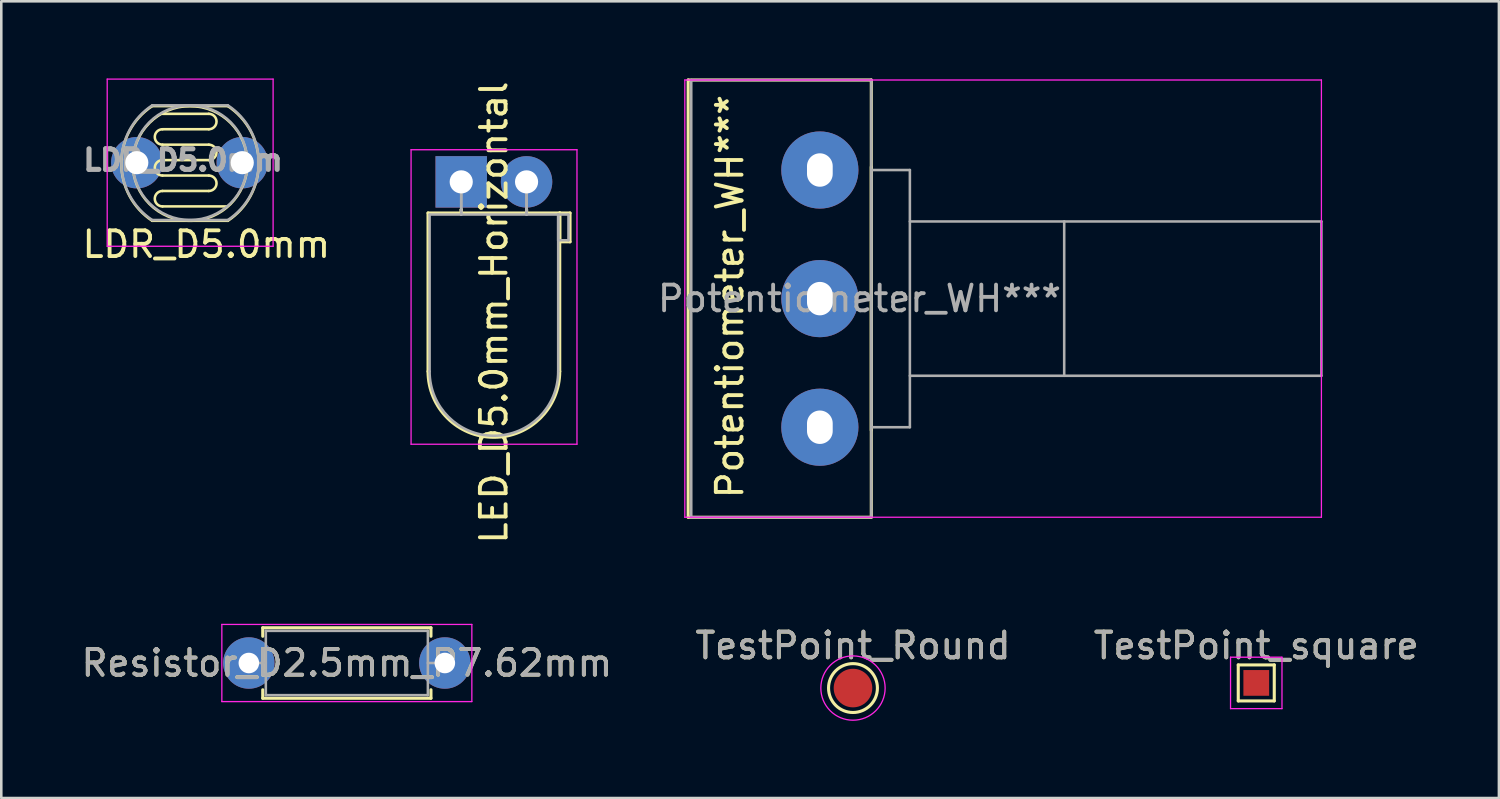
<source format=kicad_pcb>
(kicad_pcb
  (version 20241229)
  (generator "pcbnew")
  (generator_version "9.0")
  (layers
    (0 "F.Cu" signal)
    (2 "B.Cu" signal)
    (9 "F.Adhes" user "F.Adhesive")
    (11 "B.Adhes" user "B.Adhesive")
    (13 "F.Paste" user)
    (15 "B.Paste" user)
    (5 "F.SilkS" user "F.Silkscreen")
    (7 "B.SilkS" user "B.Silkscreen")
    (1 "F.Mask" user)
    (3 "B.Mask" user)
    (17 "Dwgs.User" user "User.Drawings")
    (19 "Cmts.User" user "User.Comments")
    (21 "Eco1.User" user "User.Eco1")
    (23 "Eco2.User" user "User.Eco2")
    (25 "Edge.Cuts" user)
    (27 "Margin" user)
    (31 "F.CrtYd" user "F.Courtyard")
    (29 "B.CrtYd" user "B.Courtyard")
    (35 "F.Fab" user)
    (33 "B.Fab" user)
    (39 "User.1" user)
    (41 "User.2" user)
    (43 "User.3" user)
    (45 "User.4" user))
  (footprint "Potentiometer_WH***"
    (layer "F.Cu")
    (at 25.325 13.56)
    (property "Reference" "Potentiometer_WH***" (at 0 -5.08 90) (layer "F.SilkS") (effects (font (size 1 1) (thickness 0.15))))
    (attr through_hole)
    (fp_line (start -1.62 -13.5) (end -1.62 3.5) (stroke (width 0.12) (type solid)) (layer "F.SilkS"))
    (fp_line (start -1.62 -13.5) (end 5.5 -13.5) (stroke (width 0.12) (type solid)) (layer "F.SilkS"))
    (fp_line (start -1.62 3.5) (end 5.5 3.5) (stroke (width 0.12) (type solid)) (layer "F.SilkS"))
    (fp_line (start 5.5 -13.5) (end 5.5 3.5) (stroke (width 0.12) (type solid)) (layer "F.SilkS"))
    (fp_line (start 5.5 -10.12) (end 5.5 0.12) (stroke (width 0.12) (type solid)) (layer "F.SilkS"))
    (fp_line (start -1.75 -13.5) (end -1.75 3.5) (stroke (width 0.05) (type solid)) (layer "F.CrtYd"))
    (fp_line (start -1.75 3.5) (end 23 3.5) (stroke (width 0.05) (type solid)) (layer "F.CrtYd"))
    (fp_line (start 23 -13.5) (end -1.75 -13.5) (stroke (width 0.05) (type solid)) (layer "F.CrtYd"))
    (fp_line (start 23 3.5) (end 23 -13.5) (stroke (width 0.05) (type solid)) (layer "F.CrtYd"))
    (fp_line (start -1.5 -13.5) (end -1.5 3.5) (stroke (width 0.1) (type solid)) (layer "F.Fab"))
    (fp_line (start -1.5 3.5) (end 5.5 3.5) (stroke (width 0.1) (type solid)) (layer "F.Fab"))
    (fp_line (start 5.5 -13.5) (end -1.5 -13.5) (stroke (width 0.1) (type solid)) (layer "F.Fab"))
    (fp_line (start 5.5 -10) (end 5.5 0) (stroke (width 0.1) (type solid)) (layer "F.Fab"))
    (fp_line (start 5.5 0) (end 7 0) (stroke (width 0.1) (type solid)) (layer "F.Fab"))
    (fp_line (start 5.5 3.5) (end 5.5 -13.5) (stroke (width 0.1) (type solid)) (layer "F.Fab"))
    (fp_line (start 7 -10) (end 5.5 -10) (stroke (width 0.1) (type solid)) (layer "F.Fab"))
    (fp_line (start 7 -2) (end 23 -2) (stroke (width 0.1) (type solid)) (layer "F.Fab"))
    (fp_line (start 7 0) (end 7 -10) (stroke (width 0.1) (type solid)) (layer "F.Fab"))
    (fp_line (start 13 -8) (end 13 -2) (stroke (width 0.1) (type solid)) (layer "F.Fab"))
    (fp_line (start 23 -8) (end 7 -8) (stroke (width 0.1) (type solid)) (layer "F.Fab"))
    (fp_line (start 23 -2) (end 23 -8) (stroke (width 0.1) (type solid)) (layer "F.Fab"))
    (fp_text user "${REFERENCE}" (at 5.04 -5 0) (layer "F.Fab") (effects (font (size 1 1) (thickness 0.15))))
    (pad "1" thru_hole circle (at 3.5 0) (size 3 3) (drill oval 1 1.3) (layers "*.Cu" "*.Mask"))
    (pad "2" thru_hole circle (at 3.5 -5) (size 3 3) (drill oval 1 1.3) (layers "*.Cu" "*.Mask"))
    (pad "3" thru_hole circle (at 3.5 -10) (size 3 3) (drill oval 1 1.3) (layers "*.Cu" "*.Mask")))
  (footprint "Resistor_D2.5mm_P7.62mm"
    (layer "F.Cu")
    (at 6.625 22.727)
    (property "Reference" "Resistor_D2.5mm_P7.62mm" (at 3.81 0 0) (layer "F.SilkS") (effects (font (size 1 1) (thickness 0.15))))
    (attr through_hole)
    (fp_line (start 0.54 -1.37) (end 7.08 -1.37) (stroke (width 0.12) (type solid)) (layer "F.SilkS"))
    (fp_line (start 0.54 -1.04) (end 0.54 -1.37) (stroke (width 0.12) (type solid)) (layer "F.SilkS"))
    (fp_line (start 0.54 1.04) (end 0.54 1.37) (stroke (width 0.12) (type solid)) (layer "F.SilkS"))
    (fp_line (start 0.54 1.37) (end 7.08 1.37) (stroke (width 0.12) (type solid)) (layer "F.SilkS"))
    (fp_line (start 7.08 -1.37) (end 7.08 -1.04) (stroke (width 0.12) (type solid)) (layer "F.SilkS"))
    (fp_line (start 7.08 1.37) (end 7.08 1.04) (stroke (width 0.12) (type solid)) (layer "F.SilkS"))
    (fp_line (start -1.05 -1.5) (end -1.05 1.5) (stroke (width 0.05) (type solid)) (layer "F.CrtYd"))
    (fp_line (start -1.05 1.5) (end 8.67 1.5) (stroke (width 0.05) (type solid)) (layer "F.CrtYd"))
    (fp_line (start 8.67 -1.5) (end -1.05 -1.5) (stroke (width 0.05) (type solid)) (layer "F.CrtYd"))
    (fp_line (start 8.67 1.5) (end 8.67 -1.5) (stroke (width 0.05) (type solid)) (layer "F.CrtYd"))
    (fp_line (start 0 0) (end 0.66 0) (stroke (width 0.1) (type solid)) (layer "F.Fab"))
    (fp_line (start 0.66 -1.25) (end 0.66 1.25) (stroke (width 0.1) (type solid)) (layer "F.Fab"))
    (fp_line (start 0.66 1.25) (end 6.96 1.25) (stroke (width 0.1) (type solid)) (layer "F.Fab"))
    (fp_line (start 6.96 -1.25) (end 0.66 -1.25) (stroke (width 0.1) (type solid)) (layer "F.Fab"))
    (fp_line (start 6.96 1.25) (end 6.96 -1.25) (stroke (width 0.1) (type solid)) (layer "F.Fab"))
    (fp_line (start 7.62 0) (end 6.96 0) (stroke (width 0.1) (type solid)) (layer "F.Fab"))
    (fp_text user "${REFERENCE}" (at 3.81 0 0) (layer "F.Fab") (effects (font (size 1 1) (thickness 0.15))))
    (pad "1" thru_hole circle (at 0 0) (size 2 2) (drill 0.8) (layers "*.Cu" "*.Mask"))
    (pad "2" thru_hole circle (at 7.62 0) (size 2 2) (drill 0.8) (layers "*.Cu" "*.Mask")))
  (footprint "TestPoint_square"
    (layer "F.Cu")
    (at 45.792 23.501)
    (property "Reference" "TestPoint_square" (at 0 -1.448 0) (layer "F.SilkS") (effects (font (size 1 1) (thickness 0.15))))
    (attr exclude_from_pos_files exclude_from_bom)
    (fp_line (start -0.7 -0.7) (end 0.7 -0.7) (stroke (width 0.12) (type solid)) (layer "F.SilkS"))
    (fp_line (start -0.7 0.7) (end -0.7 -0.7) (stroke (width 0.12) (type solid)) (layer "F.SilkS"))
    (fp_line (start 0.7 -0.7) (end 0.7 0.7) (stroke (width 0.12) (type solid)) (layer "F.SilkS"))
    (fp_line (start 0.7 0.7) (end -0.7 0.7) (stroke (width 0.12) (type solid)) (layer "F.SilkS"))
    (fp_line (start -1 -1) (end -1 1) (stroke (width 0.05) (type solid)) (layer "F.CrtYd"))
    (fp_line (start -1 -1) (end 1 -1) (stroke (width 0.05) (type solid)) (layer "F.CrtYd"))
    (fp_line (start 1 1) (end -1 1) (stroke (width 0.05) (type solid)) (layer "F.CrtYd"))
    (fp_line (start 1 1) (end 1 -1) (stroke (width 0.05) (type solid)) (layer "F.CrtYd"))
    (fp_text user "${REFERENCE}" (at 0 -1.45 0) (layer "F.Fab") (effects (font (size 1 1) (thickness 0.15))))
    (pad "1" smd rect (at 0 0) (size 1 1) (layers "F.Cu" "F.Mask")))
  (footprint "LED_D5.0mm_Horizontal"
    (layer "F.Cu")
    (at 14.882 4.021)
    (property "Reference" "LED_D5.0mm_Horizontal" (at 1.27 5.08 270) (layer "F.SilkS") (effects (font (size 1 1) (thickness 0.15))))
    (attr through_hole)
    (fp_line (start -1.29 1.21) (end -1.29 7.37) (stroke (width 0.12) (type solid)) (layer "F.SilkS"))
    (fp_line (start -1.29 1.21) (end 3.83 1.21) (stroke (width 0.12) (type solid)) (layer "F.SilkS"))
    (fp_line (start 0 1.08) (end 0 1.08) (stroke (width 0.12) (type solid)) (layer "F.SilkS"))
    (fp_line (start 0 1.08) (end 0 1.21) (stroke (width 0.12) (type solid)) (layer "F.SilkS"))
    (fp_line (start 0 1.21) (end 0 1.08) (stroke (width 0.12) (type solid)) (layer "F.SilkS"))
    (fp_line (start 0 1.21) (end 0 1.21) (stroke (width 0.12) (type solid)) (layer "F.SilkS"))
    (fp_line (start 2.54 1.08) (end 2.54 1.08) (stroke (width 0.12) (type solid)) (layer "F.SilkS"))
    (fp_line (start 2.54 1.08) (end 2.54 1.21) (stroke (width 0.12) (type solid)) (layer "F.SilkS"))
    (fp_line (start 2.54 1.21) (end 2.54 1.08) (stroke (width 0.12) (type solid)) (layer "F.SilkS"))
    (fp_line (start 2.54 1.21) (end 2.54 1.21) (stroke (width 0.12) (type solid)) (layer "F.SilkS"))
    (fp_line (start 3.83 1.21) (end 3.83 7.37) (stroke (width 0.12) (type solid)) (layer "F.SilkS"))
    (fp_line (start 3.83 1.21) (end 4.23 1.21) (stroke (width 0.12) (type solid)) (layer "F.SilkS"))
    (fp_line (start 3.83 2.33) (end 3.83 1.21) (stroke (width 0.12) (type solid)) (layer "F.SilkS"))
    (fp_line (start 4.23 1.21) (end 4.23 2.33) (stroke (width 0.12) (type solid)) (layer "F.SilkS"))
    (fp_line (start 4.23 2.33) (end 3.83 2.33) (stroke (width 0.12) (type solid)) (layer "F.SilkS"))
    (fp_arc (start 3.83 7.37) (mid 1.27 9.93) (end -1.29 7.37) (stroke (width 0.12) (type solid)) (layer "F.SilkS"))
    (fp_line (start -1.95 -1.25) (end -1.95 10.2) (stroke (width 0.05) (type solid)) (layer "F.CrtYd"))
    (fp_line (start -1.95 10.2) (end 4.5 10.2) (stroke (width 0.05) (type solid)) (layer "F.CrtYd"))
    (fp_line (start 4.5 -1.25) (end -1.95 -1.25) (stroke (width 0.05) (type solid)) (layer "F.CrtYd"))
    (fp_line (start 4.5 10.2) (end 4.5 -1.25) (stroke (width 0.05) (type solid)) (layer "F.CrtYd"))
    (fp_line (start -1.23 1.27) (end -1.23 7.37) (stroke (width 0.1) (type solid)) (layer "F.Fab"))
    (fp_line (start -1.23 1.27) (end 3.77 1.27) (stroke (width 0.1) (type solid)) (layer "F.Fab"))
    (fp_line (start 0 0) (end 0 0) (stroke (width 0.1) (type solid)) (layer "F.Fab"))
    (fp_line (start 0 0) (end 0 1.27) (stroke (width 0.1) (type solid)) (layer "F.Fab"))
    (fp_line (start 0 1.27) (end 0 0) (stroke (width 0.1) (type solid)) (layer "F.Fab"))
    (fp_line (start 0 1.27) (end 0 1.27) (stroke (width 0.1) (type solid)) (layer "F.Fab"))
    (fp_line (start 2.54 0) (end 2.54 0) (stroke (width 0.1) (type solid)) (layer "F.Fab"))
    (fp_line (start 2.54 0) (end 2.54 1.27) (stroke (width 0.1) (type solid)) (layer "F.Fab"))
    (fp_line (start 2.54 1.27) (end 2.54 0) (stroke (width 0.1) (type solid)) (layer "F.Fab"))
    (fp_line (start 2.54 1.27) (end 2.54 1.27) (stroke (width 0.1) (type solid)) (layer "F.Fab"))
    (fp_line (start 3.77 1.27) (end 3.77 7.37) (stroke (width 0.1) (type solid)) (layer "F.Fab"))
    (fp_line (start 3.77 1.27) (end 4.17 1.27) (stroke (width 0.1) (type solid)) (layer "F.Fab"))
    (fp_line (start 3.77 2.27) (end 3.77 1.27) (stroke (width 0.1) (type solid)) (layer "F.Fab"))
    (fp_line (start 4.17 1.27) (end 4.17 2.27) (stroke (width 0.1) (type solid)) (layer "F.Fab"))
    (fp_line (start 4.17 2.27) (end 3.77 2.27) (stroke (width 0.1) (type solid)) (layer "F.Fab"))
    (fp_arc (start 3.77 7.37) (mid 1.27 9.87) (end -1.23 7.37) (stroke (width 0.1) (type solid)) (layer "F.Fab"))
    (pad "1" thru_hole rect (at 0 0) (size 2 2) (drill 0.9) (layers "*.Cu" "*.Mask"))
    (pad "2" thru_hole circle (at 2.54 0) (size 2 2) (drill 0.9) (layers "*.Cu" "*.Mask")))
  (footprint "TestPoint_Round"
    (layer "F.Cu")
    (at 30.113 23.701)
    (property "Reference" "TestPoint_Round" (at 0 -1.648 0) (layer "F.SilkS") (effects (font (size 1 1) (thickness 0.15))))
    (attr exclude_from_pos_files exclude_from_bom)
    (fp_circle (center 0 0) (end 0 0.95) (stroke (width 0.12) (type solid)) (fill no) (layer "F.SilkS"))
    (fp_circle (center 0 0) (end 1.25 0) (stroke (width 0.05) (type solid)) (fill no) (layer "F.CrtYd"))
    (fp_text user "${REFERENCE}" (at 0 -1.65 0) (layer "F.Fab") (effects (font (size 1 1) (thickness 0.15))))
    (pad "1" smd circle (at 0 0) (size 1.5 1.5) (layers "F.Cu" "F.Mask")))
  (footprint "LDR_D5.0mm"
    (layer "F.Cu")
    (at 3.068 3.275)
    (property "Reference" "LDR_D5.0mm" (at 1.905 3.175 0) (layer "F.SilkS") (effects (font (size 1 1) (thickness 0.15))))
    (attr through_hole)
    (fp_line (start -0.2 -2.2) (end 2.739 -2.2) (stroke (width 0.1) (type solid)) (layer "F.SilkS"))
    (fp_line (start -0.2 2.26) (end 2.739 2.26) (stroke (width 0.1) (type solid)) (layer "F.SilkS"))
    (fp_line (start 0.2 -1.9) (end 2 -1.9) (stroke (width 0.1) (type solid)) (layer "F.SilkS"))
    (fp_line (start 2 -1.3) (end 0.2 -1.3) (stroke (width 0.1) (type solid)) (layer "F.SilkS"))
    (fp_line (start 2 -0.7) (end 0.2 -0.7) (stroke (width 0.1) (type solid)) (layer "F.SilkS"))
    (fp_line (start 2 -0.1) (end 0.2 -0.1) (stroke (width 0.1) (type solid)) (layer "F.SilkS"))
    (fp_line (start 2 0.5) (end 0.2 0.5) (stroke (width 0.1) (type solid)) (layer "F.SilkS"))
    (fp_line (start 2 1.1) (end 0.2 1.1) (stroke (width 0.1) (type solid)) (layer "F.SilkS"))
    (fp_line (start 2.7 1.7) (end 0.2 1.7) (stroke (width 0.1) (type solid)) (layer "F.SilkS"))
    (fp_arc (start -0.2 2.26) (mid -1.401055 0.03) (end -0.2 -2.2) (stroke (width 0.1) (type default)) (layer "F.SilkS"))
    (fp_arc (start 0.2 -0.7) (mid -0.1 -1) (end 0.2 -1.3) (stroke (width 0.1) (type solid)) (layer "F.SilkS"))
    (fp_arc (start 0.2 0.5) (mid -0.1 0.2) (end 0.2 -0.1) (stroke (width 0.1) (type solid)) (layer "F.SilkS"))
    (fp_arc (start 0.2 1.7) (mid -0.1 1.4) (end 0.2 1.1) (stroke (width 0.1) (type solid)) (layer "F.SilkS"))
    (fp_arc (start 2 -1.9) (mid 2.3 -1.6) (end 2 -1.3) (stroke (width 0.1) (type solid)) (layer "F.SilkS"))
    (fp_arc (start 2 -0.7) (mid 2.3 -0.4) (end 2 -0.1) (stroke (width 0.1) (type solid)) (layer "F.SilkS"))
    (fp_arc (start 2 0.5) (mid 2.3 0.8) (end 2 1.1) (stroke (width 0.1) (type solid)) (layer "F.SilkS"))
    (fp_arc (start 2.739388 -2.2) (mid 3.940443 0.03) (end 2.739388 2.26) (stroke (width 0.1) (type default)) (layer "F.SilkS"))
    (fp_circle (center 1.27 0.03) (end 3.5 0.03) (stroke (width 0.1) (type solid)) (fill no) (layer "F.SilkS"))
    (fp_line (start -1.95 -3.25) (end -1.95 3.25) (stroke (width 0.05) (type solid)) (layer "F.CrtYd"))
    (fp_line (start -1.95 3.25) (end 4.5 3.25) (stroke (width 0.05) (type solid)) (layer "F.CrtYd"))
    (fp_line (start 4.5 -3.25) (end -1.95 -3.25) (stroke (width 0.05) (type solid)) (layer "F.CrtYd"))
    (fp_line (start 4.5 3.25) (end 4.5 -3.25) (stroke (width 0.05) (type solid)) (layer "F.CrtYd"))
    (fp_line (start -0.2 -2.23) (end 2.74 -2.23) (stroke (width 0.1) (type solid)) (layer "F.Fab"))
    (fp_line (start -0.2 2.23) (end 2.74 2.23) (stroke (width 0.1) (type solid)) (layer "F.Fab"))
    (fp_arc (start -0.199694 2.23) (mid -1.400749 0) (end -0.199694 -2.23) (stroke (width 0.1) (type default)) (layer "F.Fab"))
    (fp_arc (start 2.739694 -2.23) (mid 3.940749 0) (end 2.739694 2.23) (stroke (width 0.1) (type default)) (layer "F.Fab"))
    (fp_circle (center 1.27 0) (end 1.27 -2.23) (stroke (width 0.1) (type solid)) (fill no) (layer "F.Fab"))
    (fp_text user "${REFERENCE}" (at 1 -0.1 0) (layer "F.Fab") (effects (font (size 0.8 0.8) (thickness 0.2))))
    (pad "1" thru_hole circle (at -0.8 0) (size 2 2) (drill 0.9) (layers "*.Cu" "*.Mask"))
    (pad "2" thru_hole circle (at 3.3 0) (size 2 2) (drill 0.9) (layers "*.Cu" "*.Mask")))
  (gr_rect
    (start -3 -3)
    (end 55.226 27.976)
    (stroke (width 0.1) (type default))
    (fill no)
    (layer "Edge.Cuts")))
</source>
